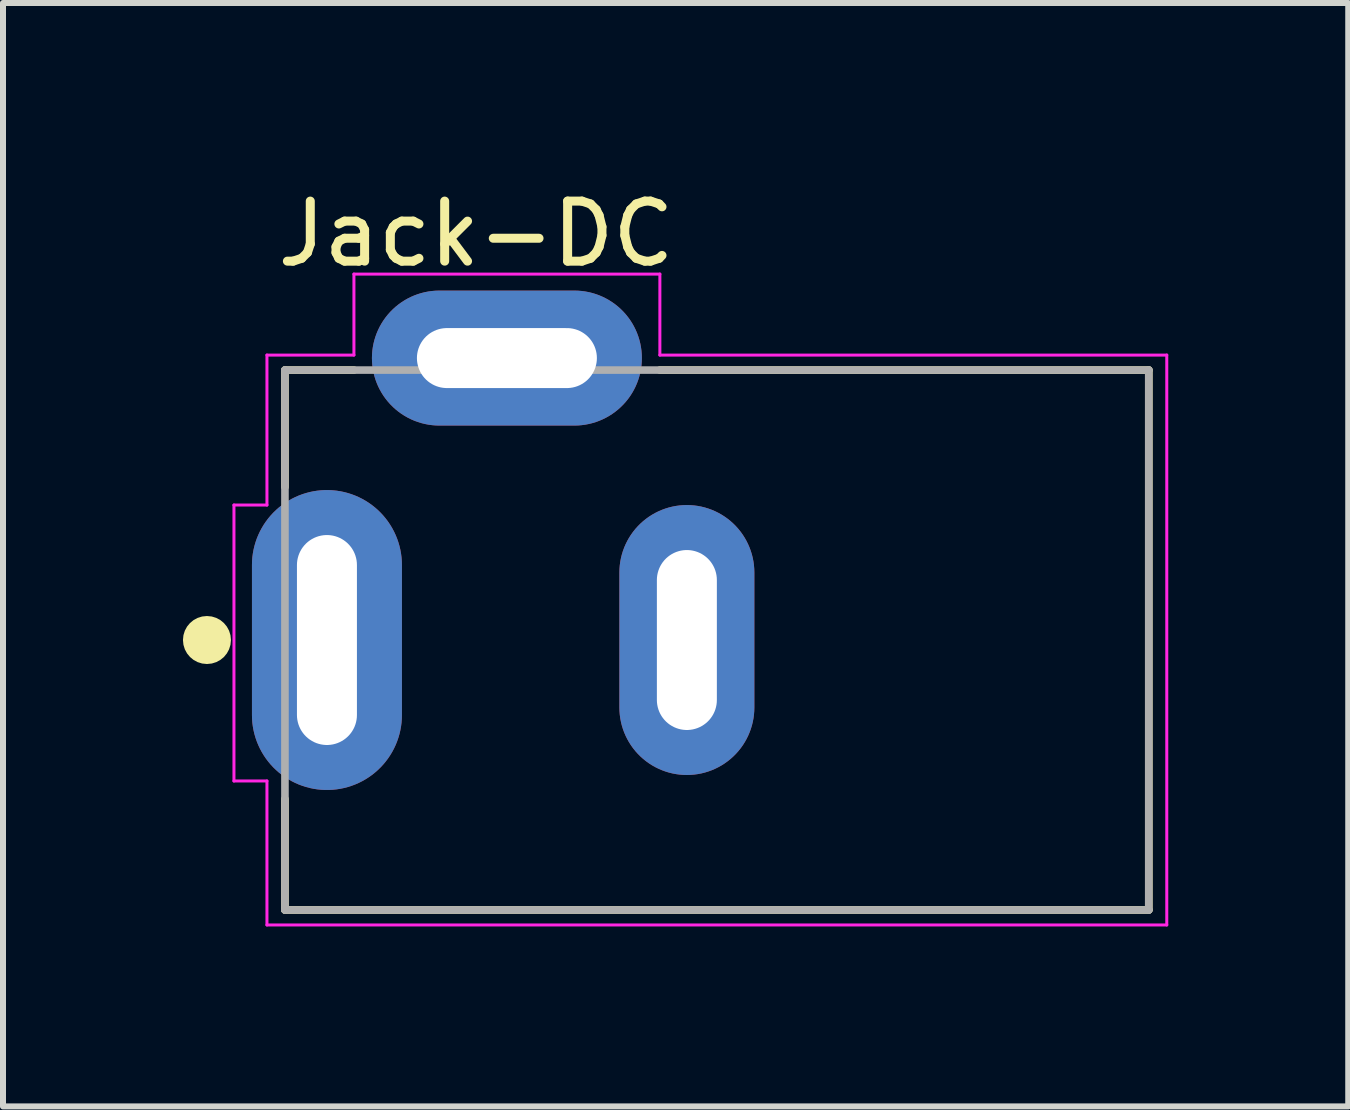
<source format=kicad_pcb>
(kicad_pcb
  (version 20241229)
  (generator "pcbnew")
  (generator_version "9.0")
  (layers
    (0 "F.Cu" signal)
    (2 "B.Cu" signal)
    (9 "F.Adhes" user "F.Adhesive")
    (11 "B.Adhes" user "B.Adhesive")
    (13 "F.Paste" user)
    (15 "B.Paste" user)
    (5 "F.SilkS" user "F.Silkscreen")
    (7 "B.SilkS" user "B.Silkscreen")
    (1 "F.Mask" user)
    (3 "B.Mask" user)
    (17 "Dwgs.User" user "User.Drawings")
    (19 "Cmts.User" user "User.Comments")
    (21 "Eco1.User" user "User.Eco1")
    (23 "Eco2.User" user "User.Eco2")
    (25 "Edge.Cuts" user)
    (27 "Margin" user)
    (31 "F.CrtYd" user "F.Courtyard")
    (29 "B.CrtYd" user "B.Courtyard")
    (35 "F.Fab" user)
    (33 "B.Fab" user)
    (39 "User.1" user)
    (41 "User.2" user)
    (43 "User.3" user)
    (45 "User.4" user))
  (footprint "Jack-DC"
    (layer "F.Cu")
    (at 2.4 7.619)
    (property "Reference" "Jack-DC" (at 2.487 -6.771 0) (layer "F.SilkS") (effects (font (size 1.001 1.001) (thickness 0.15))))
    (attr through_hole)
    (fp_line (start -0.7 -4.5) (end 0.45 -4.5) (stroke (width 0.127) (type solid)) (layer "F.SilkS"))
    (fp_line (start -0.7 -2.55) (end -0.7 -4.5) (stroke (width 0.127) (type solid)) (layer "F.SilkS"))
    (fp_line (start -0.7 4.5) (end -0.7 2.65) (stroke (width 0.127) (type solid)) (layer "F.SilkS"))
    (fp_line (start 5.55 -4.5) (end 13.7 -4.5) (stroke (width 0.127) (type solid)) (layer "F.SilkS"))
    (fp_line (start 13.7 -4.5) (end 13.7 4.5) (stroke (width 0.127) (type solid)) (layer "F.SilkS"))
    (fp_line (start 13.7 4.5) (end -0.7 4.5) (stroke (width 0.127) (type solid)) (layer "F.SilkS"))
    (fp_circle (center -2 0) (end -1.8 0) (stroke (width 0.4) (type solid)) (fill no) (layer "F.SilkS"))
    (fp_line (start -1.55 -2.25) (end -1.55 2.35) (stroke (width 0.05) (type solid)) (layer "F.CrtYd"))
    (fp_line (start -1.55 2.35) (end -1 2.35) (stroke (width 0.05) (type solid)) (layer "F.CrtYd"))
    (fp_line (start -1 -4.75) (end 0.45 -4.75) (stroke (width 0.05) (type solid)) (layer "F.CrtYd"))
    (fp_line (start -1 -2.25) (end -1.55 -2.25) (stroke (width 0.05) (type solid)) (layer "F.CrtYd"))
    (fp_line (start -1 -2.25) (end -1 -4.75) (stroke (width 0.05) (type solid)) (layer "F.CrtYd"))
    (fp_line (start -1 4.75) (end -1 2.35) (stroke (width 0.05) (type solid)) (layer "F.CrtYd"))
    (fp_line (start 0.45 -6.1) (end 5.55 -6.1) (stroke (width 0.05) (type solid)) (layer "F.CrtYd"))
    (fp_line (start 0.45 -4.75) (end 0.45 -6.1) (stroke (width 0.05) (type solid)) (layer "F.CrtYd"))
    (fp_line (start 5.55 -6.1) (end 5.55 -4.75) (stroke (width 0.05) (type solid)) (layer "F.CrtYd"))
    (fp_line (start 5.55 -4.75) (end 14 -4.75) (stroke (width 0.05) (type solid)) (layer "F.CrtYd"))
    (fp_line (start 14 -4.75) (end 14 4.75) (stroke (width 0.05) (type solid)) (layer "F.CrtYd"))
    (fp_line (start 14 4.75) (end -1 4.75) (stroke (width 0.05) (type solid)) (layer "F.CrtYd"))
    (fp_line (start -0.7 -4.5) (end 13.7 -4.5) (stroke (width 0.127) (type solid)) (layer "F.Fab"))
    (fp_line (start -0.7 4.5) (end -0.7 -4.5) (stroke (width 0.127) (type solid)) (layer "F.Fab"))
    (fp_line (start 13.7 -4.5) (end 13.7 4.5) (stroke (width 0.127) (type solid)) (layer "F.Fab"))
    (fp_line (start 13.7 4.5) (end -0.7 4.5) (stroke (width 0.127) (type solid)) (layer "F.Fab"))
    (pad "1" thru_hole oval (at 0 0) (size 2.5 5) (drill oval 1 3.5) (layers "*.Cu" "*.Mask"))
    (pad "2" thru_hole oval (at 6 0) (size 2.25 4.5) (drill oval 1 3) (layers "*.Cu" "*.Mask"))
    (pad "3" thru_hole oval (at 3 -4.7) (size 4.5 2.25) (drill oval 3 1) (layers "*.Cu" "*.Mask")))
  (gr_rect
    (start -3 -3)
    (end 19.425 15.394)
    (stroke (width 0.1) (type default))
    (fill no)
    (layer "Edge.Cuts")))
</source>
